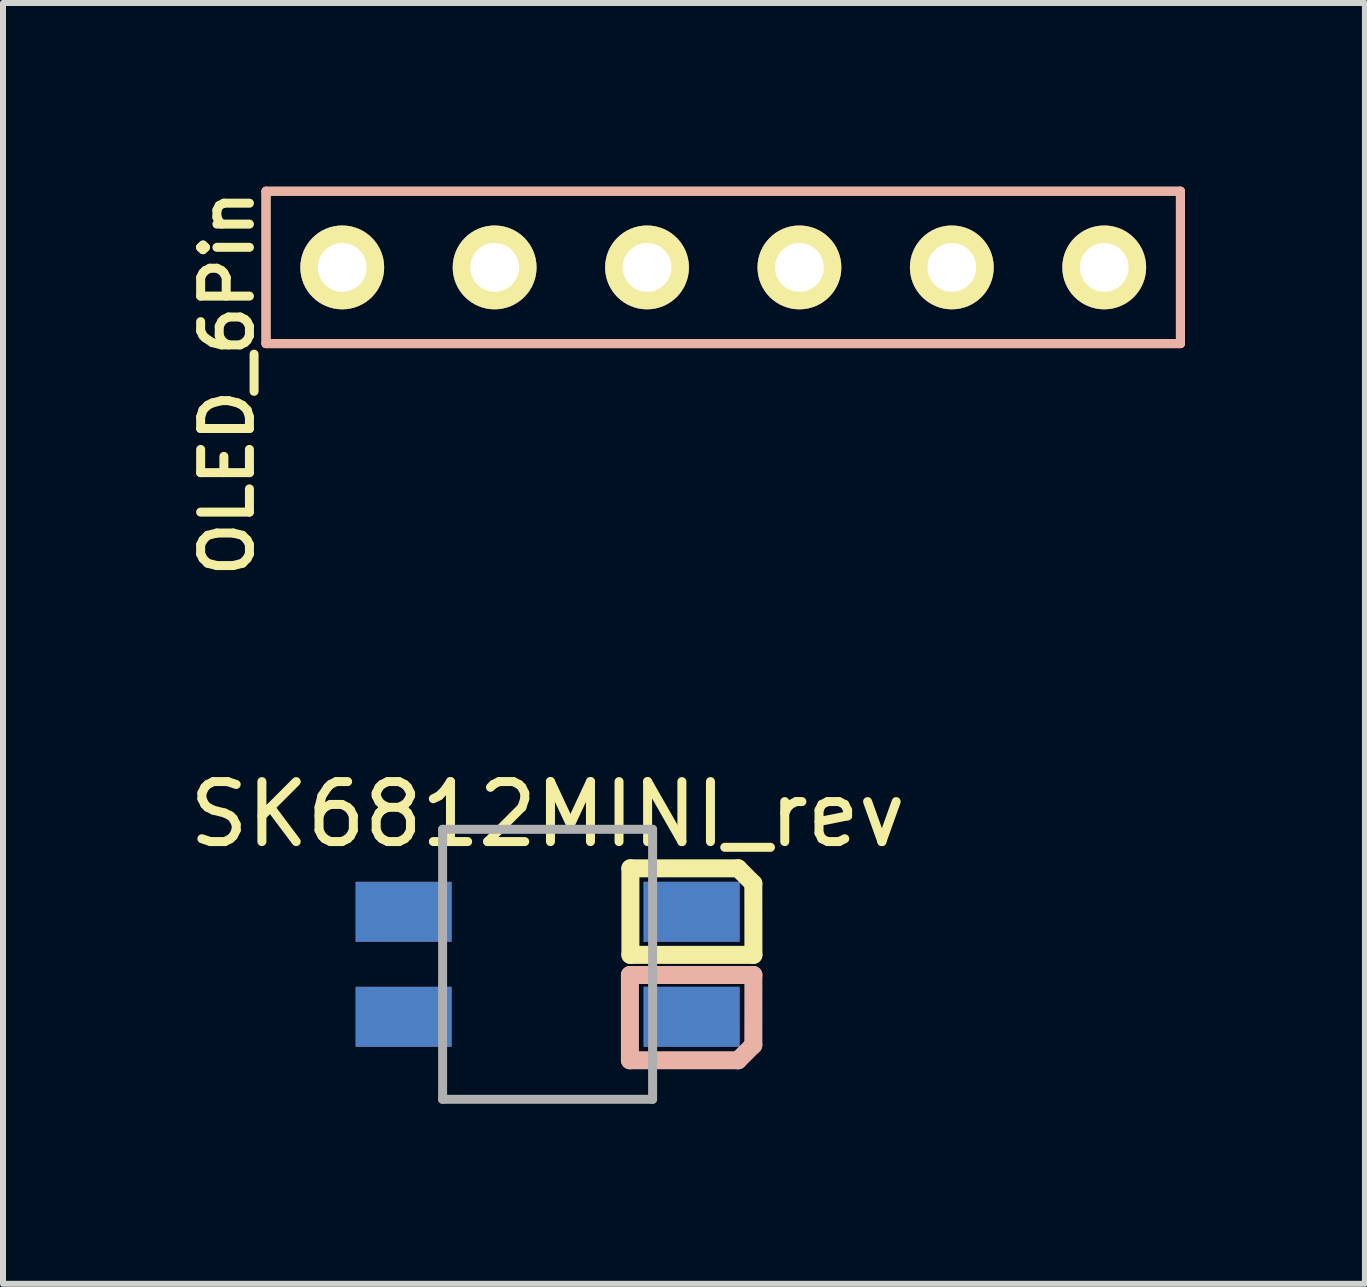
<source format=kicad_pcb>
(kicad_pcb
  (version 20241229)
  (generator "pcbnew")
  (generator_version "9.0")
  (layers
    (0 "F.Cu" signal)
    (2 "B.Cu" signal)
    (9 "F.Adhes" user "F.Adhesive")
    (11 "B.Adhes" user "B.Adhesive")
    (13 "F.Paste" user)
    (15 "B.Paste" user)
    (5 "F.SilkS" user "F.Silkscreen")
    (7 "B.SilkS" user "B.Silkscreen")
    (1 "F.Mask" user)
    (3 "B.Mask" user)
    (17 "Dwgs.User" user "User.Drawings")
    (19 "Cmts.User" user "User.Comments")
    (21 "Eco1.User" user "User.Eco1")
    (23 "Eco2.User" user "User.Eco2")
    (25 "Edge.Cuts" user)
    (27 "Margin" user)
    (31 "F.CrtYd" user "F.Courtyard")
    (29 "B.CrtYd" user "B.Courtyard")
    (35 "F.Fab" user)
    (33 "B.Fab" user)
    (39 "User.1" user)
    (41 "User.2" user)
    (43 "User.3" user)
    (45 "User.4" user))
  (footprint "OLED_6Pin"
    (layer "F.Cu")
    (at 2.654 1.407)
    (property "Reference" "OLED_6Pin" (at -1.915 1.93 90) (layer "F.SilkS") (effects (font (size 0.813 0.813) (thickness 0.15))))
    (attr through_hole)
    (fp_line (start -1.27 -1.27) (end 13.97 -1.27) (stroke (width 0.15) (type solid)) (layer "F.SilkS"))
    (fp_line (start -1.27 1.27) (end -1.27 -1.27) (stroke (width 0.15) (type solid)) (layer "F.SilkS"))
    (fp_line (start 13.97 -1.27) (end 13.97 1.27) (stroke (width 0.15) (type solid)) (layer "F.SilkS"))
    (fp_line (start 13.97 1.27) (end -1.27 1.27) (stroke (width 0.15) (type solid)) (layer "F.SilkS"))
    (fp_line (start -1.27 -1.27) (end -1.27 1.27) (stroke (width 0.15) (type solid)) (layer "B.SilkS"))
    (fp_line (start -1.27 1.27) (end 13.97 1.27) (stroke (width 0.15) (type solid)) (layer "B.SilkS"))
    (fp_line (start 13.97 -1.27) (end -1.27 -1.27) (stroke (width 0.15) (type solid)) (layer "B.SilkS"))
    (fp_line (start 13.97 1.27) (end 13.97 -1.27) (stroke (width 0.15) (type solid)) (layer "B.SilkS"))
    (pad "1" thru_hole circle (at 0 0) (size 1.397 1.397) (drill 0.813) (layers "*.Cu" "*.Mask" "F.SilkS"))
    (pad "2" thru_hole circle (at 2.54 0) (size 1.397 1.397) (drill 0.813) (layers "*.Cu" "*.Mask" "F.SilkS"))
    (pad "3" thru_hole circle (at 5.08 0) (size 1.397 1.397) (drill 0.813) (layers "*.Cu" "*.Mask" "F.SilkS"))
    (pad "4" thru_hole circle (at 7.62 0) (size 1.397 1.397) (drill 0.813) (layers "*.Cu" "*.Mask" "F.SilkS"))
    (pad "5" thru_hole circle (at 10.16 0) (size 1.397 1.397) (drill 0.813) (layers "*.Cu" "*.Mask" "F.SilkS"))
    (pad "6" thru_hole circle (at 12.7 0) (size 1.397 1.397) (drill 0.813) (layers "*.Cu" "*.Mask" "F.SilkS")))
  (footprint "SK6812MINI_rev"
    (layer "F.Cu")
    (at 6.077 13.022)
    (property "Reference" "SK6812MINI_rev" (at 0 -2.5 0) (layer "F.SilkS") (effects (font (size 1 1) (thickness 0.15))))
    (attr exclude_from_pos_files exclude_from_bom)
    (fp_line (start 1.38 -1.6) (end 3.175 -1.6) (stroke (width 0.3) (type solid)) (layer "F.SilkS"))
    (fp_line (start 1.38 -0.157) (end 1.38 -1.6) (stroke (width 0.3) (type solid)) (layer "F.SilkS"))
    (fp_line (start 3.429 -1.346) (end 3.175 -1.6) (stroke (width 0.3) (type solid)) (layer "F.SilkS"))
    (fp_line (start 3.429 -1.346) (end 3.43 -0.157) (stroke (width 0.3) (type solid)) (layer "F.SilkS"))
    (fp_line (start 3.43 -0.157) (end 1.38 -0.157) (stroke (width 0.3) (type solid)) (layer "F.SilkS"))
    (fp_line (start 1.372 0.178) (end 1.372 1.6) (stroke (width 0.3) (type solid)) (layer "B.SilkS"))
    (fp_line (start 1.372 1.6) (end 3.175 1.6) (stroke (width 0.3) (type solid)) (layer "B.SilkS"))
    (fp_line (start 3.429 1.346) (end 3.175 1.6) (stroke (width 0.3) (type solid)) (layer "B.SilkS"))
    (fp_line (start 3.429 1.346) (end 3.43 0.178) (stroke (width 0.3) (type solid)) (layer "B.SilkS"))
    (fp_line (start 3.43 0.178) (end 1.372 0.178) (stroke (width 0.3) (type solid)) (layer "B.SilkS"))
    (fp_line (start -1.75 -2.25) (end -1.75 2.25) (stroke (width 0.15) (type solid)) (layer "F.Fab"))
    (fp_line (start -1.75 -2.25) (end 1.75 -2.25) (stroke (width 0.15) (type solid)) (layer "F.Fab"))
    (fp_line (start 1.75 -2.25) (end 1.75 2.25) (stroke (width 0.15) (type solid)) (layer "F.Fab"))
    (fp_line (start 1.75 2.25) (end -1.75 2.25) (stroke (width 0.15) (type solid)) (layer "F.Fab"))
    (pad "1" smd rect (at -2.4 -0.875) (size 1.6 1) (layers "F.Cu" "F.Mask" "F.Paste"))
    (pad "1" smd rect (at -2.4 0.875) (size 1.6 1) (layers "B.Cu" "B.Mask" "B.Paste"))
    (pad "2" smd rect (at 2.4 -0.875) (size 1.6 1) (layers "F.Cu" "F.Mask" "F.Paste"))
    (pad "2" smd rect (at 2.4 0.875) (size 1.6 1) (layers "B.Cu" "B.Mask" "B.Paste"))
    (pad "3" smd rect (at 2.4 -0.875) (size 1.6 1) (layers "B.Cu" "B.Mask" "B.Paste"))
    (pad "3" smd rect (at 2.4 0.875) (size 1.6 1) (layers "F.Cu" "F.Mask" "F.Paste"))
    (pad "4" smd rect (at -2.4 -0.875) (size 1.6 1) (layers "B.Cu" "B.Mask" "B.Paste"))
    (pad "4" smd rect (at -2.4 0.875) (size 1.6 1) (layers "F.Cu" "F.Mask" "F.Paste")))
  (gr_rect
    (start -3 -3)
    (end 19.699 18.347)
    (stroke (width 0.1) (type default))
    (fill no)
    (layer "Edge.Cuts")))
</source>
